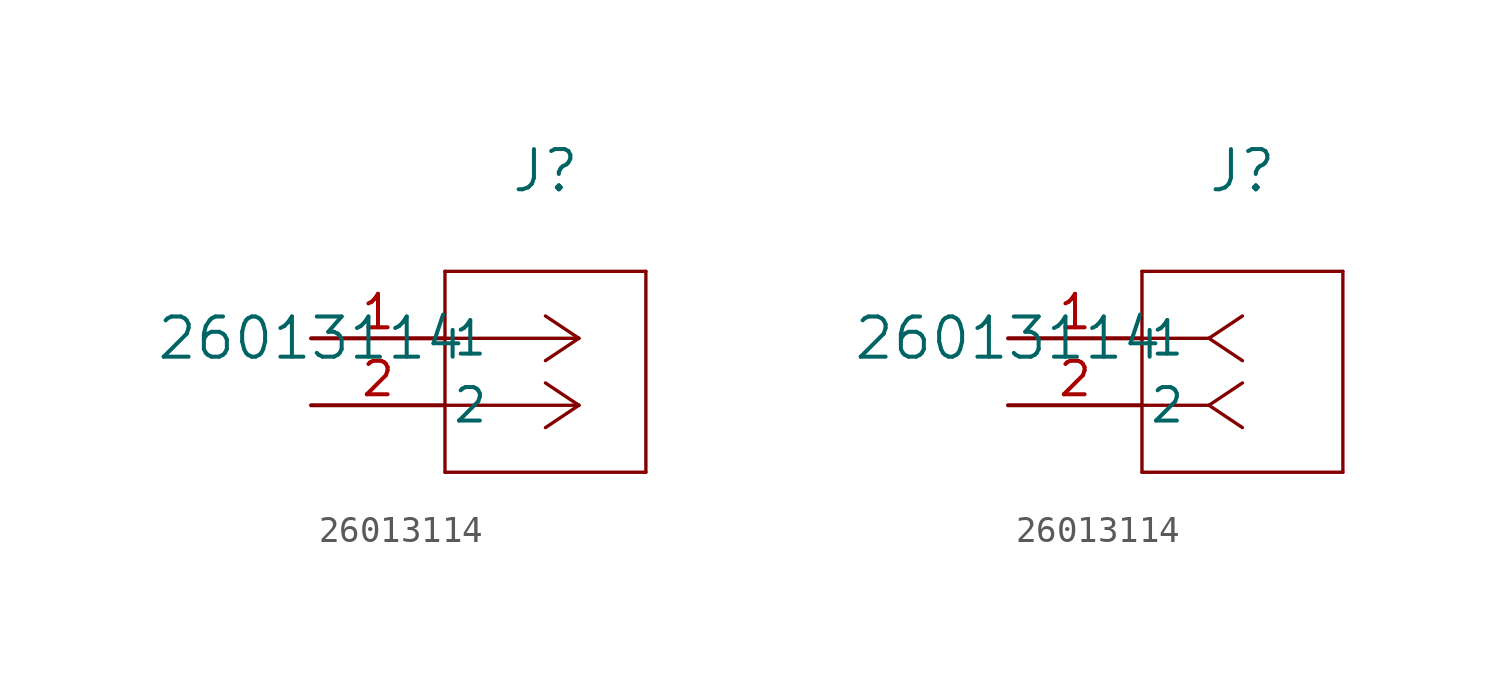
<source format=kicad_sym>
(kicad_symbol_lib
  (version 20211014)
  (generator kicad_symbol_editor)
  (symbol "26013114"
    (pin_names
      (offset 0.254))
    (property "Reference" "J"
      (at 8.89 6.35 0)
      (effects (font (size 1.524 1.524))))
    (property "Value" "26013114"
      (at 0 0 0)
      (effects (font (size 1.524 1.524))))
    (symbol "26013114_1_1"
      (polyline (pts (xy 10.16 0) (xy 5.08 0)) (stroke (width 0.127) (type default) (color 0 0 0 0)) (fill (type none)))
      (polyline (pts (xy 10.16 -2.54) (xy 5.08 -2.54)) (stroke (width 0.127) (type default) (color 0 0 0 0)) (fill (type none)))
      (polyline (pts (xy 10.16 0) (xy 8.89 0.847)) (stroke (width 0.127) (type default) (color 0 0 0 0)) (fill (type none)))
      (polyline (pts (xy 10.16 -2.54) (xy 8.89 -1.693)) (stroke (width 0.127) (type default) (color 0 0 0 0)) (fill (type none)))
      (polyline (pts (xy 10.16 0) (xy 8.89 -0.847)) (stroke (width 0.127) (type default) (color 0 0 0 0)) (fill (type none)))
      (polyline (pts (xy 10.16 -2.54) (xy 8.89 -3.387)) (stroke (width 0.127) (type default) (color 0 0 0 0)) (fill (type none)))
      (polyline (pts (xy 5.08 2.54) (xy 5.08 -5.08)) (stroke (width 0.127) (type default) (color 0 0 0 0)) (fill (type none)))
      (polyline (pts (xy 5.08 -5.08) (xy 12.7 -5.08)) (stroke (width 0.127) (type default) (color 0 0 0 0)) (fill (type none)))
      (polyline (pts (xy 12.7 -5.08) (xy 12.7 2.54)) (stroke (width 0.127) (type default) (color 0 0 0 0)) (fill (type none)))
      (polyline (pts (xy 12.7 2.54) (xy 5.08 2.54)) (stroke (width 0.127) (type default) (color 0 0 0 0)) (fill (type none)))
      (pin unspecified line (at 0 0 0) (length 5.08) (name "1" (effects (font (size 1.27 1.27)))) (number "1" (effects (font (size 1.27 1.27)))))
      (pin unspecified line (at 0 -2.54 0) (length 5.08) (name "2" (effects (font (size 1.27 1.27)))) (number "2" (effects (font (size 1.27 1.27))))))
    (symbol "26013114_1_2"
      (polyline (pts (xy 7.62 0) (xy 5.08 0)) (stroke (width 0.127) (type default) (color 0 0 0 0)) (fill (type none)))
      (polyline (pts (xy 7.62 -2.54) (xy 5.08 -2.54)) (stroke (width 0.127) (type default) (color 0 0 0 0)) (fill (type none)))
      (polyline (pts (xy 7.62 0) (xy 8.89 0.847)) (stroke (width 0.127) (type default) (color 0 0 0 0)) (fill (type none)))
      (polyline (pts (xy 7.62 -2.54) (xy 8.89 -1.693)) (stroke (width 0.127) (type default) (color 0 0 0 0)) (fill (type none)))
      (polyline (pts (xy 7.62 0) (xy 8.89 -0.847)) (stroke (width 0.127) (type default) (color 0 0 0 0)) (fill (type none)))
      (polyline (pts (xy 7.62 -2.54) (xy 8.89 -3.387)) (stroke (width 0.127) (type default) (color 0 0 0 0)) (fill (type none)))
      (polyline (pts (xy 5.08 2.54) (xy 5.08 -5.08)) (stroke (width 0.127) (type default) (color 0 0 0 0)) (fill (type none)))
      (polyline (pts (xy 5.08 -5.08) (xy 12.7 -5.08)) (stroke (width 0.127) (type default) (color 0 0 0 0)) (fill (type none)))
      (polyline (pts (xy 12.7 -5.08) (xy 12.7 2.54)) (stroke (width 0.127) (type default) (color 0 0 0 0)) (fill (type none)))
      (polyline (pts (xy 12.7 2.54) (xy 5.08 2.54)) (stroke (width 0.127) (type default) (color 0 0 0 0)) (fill (type none)))
      (pin unspecified line (at 0 0 0) (length 5.08) (name "1" (effects (font (size 1.27 1.27)))) (number "1" (effects (font (size 1.27 1.27)))))
      (pin unspecified line (at 0 -2.54 0) (length 5.08) (name "2" (effects (font (size 1.27 1.27)))) (number "2" (effects (font (size 1.27 1.27))))))))
</source>
